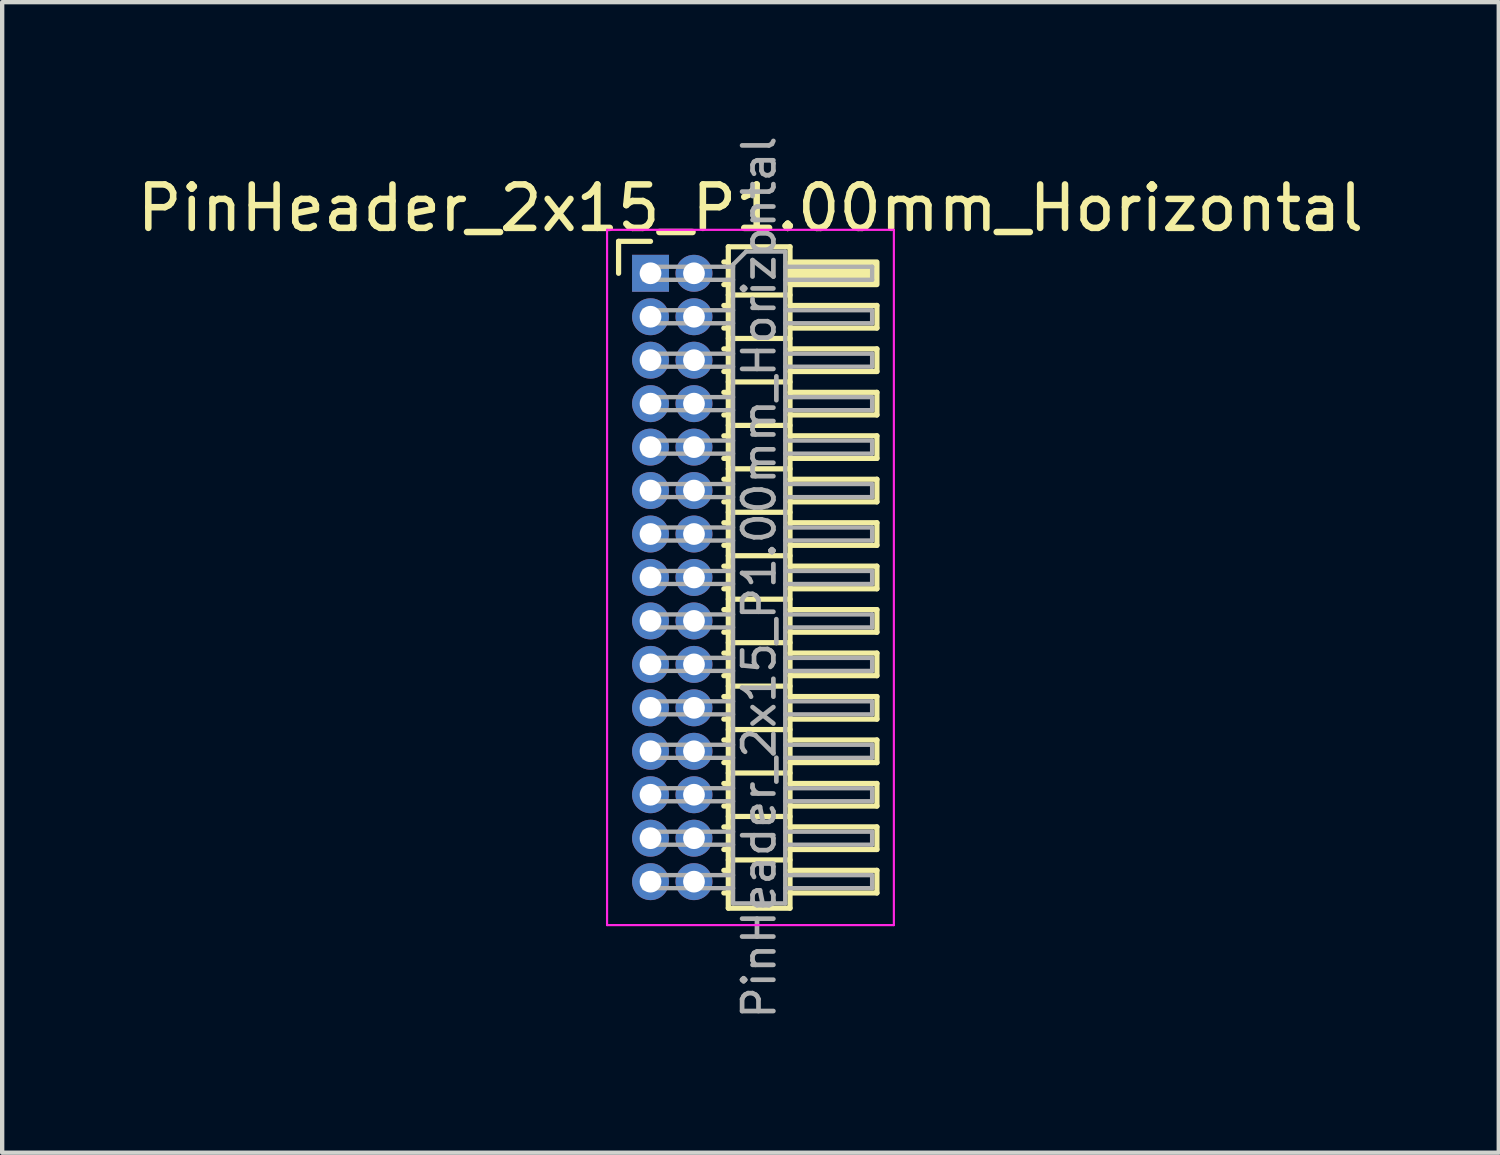
<source format=kicad_pcb>
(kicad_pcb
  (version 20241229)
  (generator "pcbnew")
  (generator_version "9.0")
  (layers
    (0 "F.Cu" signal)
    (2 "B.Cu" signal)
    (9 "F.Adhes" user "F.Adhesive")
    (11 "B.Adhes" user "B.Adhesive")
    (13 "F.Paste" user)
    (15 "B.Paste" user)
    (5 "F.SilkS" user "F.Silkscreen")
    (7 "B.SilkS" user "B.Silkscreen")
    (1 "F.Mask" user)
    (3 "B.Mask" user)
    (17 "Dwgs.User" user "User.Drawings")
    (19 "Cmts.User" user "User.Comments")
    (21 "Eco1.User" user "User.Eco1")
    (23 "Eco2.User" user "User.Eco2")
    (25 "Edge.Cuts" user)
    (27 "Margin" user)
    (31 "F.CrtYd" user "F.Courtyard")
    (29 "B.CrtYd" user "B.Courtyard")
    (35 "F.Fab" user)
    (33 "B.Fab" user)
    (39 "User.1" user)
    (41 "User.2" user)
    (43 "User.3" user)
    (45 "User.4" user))
  (footprint "PinHeader_2x15_P1.00mm_Horizontal"
    (layer "F.Cu")
    (at 11.92 3.239)
    (property "Reference" "PinHeader_2x15_P1.00mm_Horizontal" (at 2.3 -1.5 0) (layer "F.SilkS") (effects (font (size 1 1) (thickness 0.15))))
    (attr through_hole)
    (fp_line (start -0.735 -0.735) (end 0 -0.735) (stroke (width 0.12) (type solid)) (layer "F.SilkS"))
    (fp_line (start -0.735 0) (end -0.735 -0.735) (stroke (width 0.12) (type solid)) (layer "F.SilkS"))
    (fp_line (start 1.687 -0.26) (end 1.79 -0.26) (stroke (width 0.12) (type solid)) (layer "F.SilkS"))
    (fp_line (start 1.687 0.26) (end 1.79 0.26) (stroke (width 0.12) (type solid)) (layer "F.SilkS"))
    (fp_line (start 1.687 0.74) (end 1.79 0.74) (stroke (width 0.12) (type solid)) (layer "F.SilkS"))
    (fp_line (start 1.687 1.26) (end 1.79 1.26) (stroke (width 0.12) (type solid)) (layer "F.SilkS"))
    (fp_line (start 1.687 1.74) (end 1.79 1.74) (stroke (width 0.12) (type solid)) (layer "F.SilkS"))
    (fp_line (start 1.687 2.26) (end 1.79 2.26) (stroke (width 0.12) (type solid)) (layer "F.SilkS"))
    (fp_line (start 1.687 2.74) (end 1.79 2.74) (stroke (width 0.12) (type solid)) (layer "F.SilkS"))
    (fp_line (start 1.687 3.26) (end 1.79 3.26) (stroke (width 0.12) (type solid)) (layer "F.SilkS"))
    (fp_line (start 1.687 3.74) (end 1.79 3.74) (stroke (width 0.12) (type solid)) (layer "F.SilkS"))
    (fp_line (start 1.687 4.26) (end 1.79 4.26) (stroke (width 0.12) (type solid)) (layer "F.SilkS"))
    (fp_line (start 1.687 4.74) (end 1.79 4.74) (stroke (width 0.12) (type solid)) (layer "F.SilkS"))
    (fp_line (start 1.687 5.26) (end 1.79 5.26) (stroke (width 0.12) (type solid)) (layer "F.SilkS"))
    (fp_line (start 1.687 5.74) (end 1.79 5.74) (stroke (width 0.12) (type solid)) (layer "F.SilkS"))
    (fp_line (start 1.687 6.26) (end 1.79 6.26) (stroke (width 0.12) (type solid)) (layer "F.SilkS"))
    (fp_line (start 1.687 6.74) (end 1.79 6.74) (stroke (width 0.12) (type solid)) (layer "F.SilkS"))
    (fp_line (start 1.687 7.26) (end 1.79 7.26) (stroke (width 0.12) (type solid)) (layer "F.SilkS"))
    (fp_line (start 1.687 7.74) (end 1.79 7.74) (stroke (width 0.12) (type solid)) (layer "F.SilkS"))
    (fp_line (start 1.687 8.26) (end 1.79 8.26) (stroke (width 0.12) (type solid)) (layer "F.SilkS"))
    (fp_line (start 1.687 8.74) (end 1.79 8.74) (stroke (width 0.12) (type solid)) (layer "F.SilkS"))
    (fp_line (start 1.687 9.26) (end 1.79 9.26) (stroke (width 0.12) (type solid)) (layer "F.SilkS"))
    (fp_line (start 1.687 9.74) (end 1.79 9.74) (stroke (width 0.12) (type solid)) (layer "F.SilkS"))
    (fp_line (start 1.687 10.26) (end 1.79 10.26) (stroke (width 0.12) (type solid)) (layer "F.SilkS"))
    (fp_line (start 1.687 10.74) (end 1.79 10.74) (stroke (width 0.12) (type solid)) (layer "F.SilkS"))
    (fp_line (start 1.687 11.26) (end 1.79 11.26) (stroke (width 0.12) (type solid)) (layer "F.SilkS"))
    (fp_line (start 1.687 11.74) (end 1.79 11.74) (stroke (width 0.12) (type solid)) (layer "F.SilkS"))
    (fp_line (start 1.687 12.26) (end 1.79 12.26) (stroke (width 0.12) (type solid)) (layer "F.SilkS"))
    (fp_line (start 1.687 12.74) (end 1.79 12.74) (stroke (width 0.12) (type solid)) (layer "F.SilkS"))
    (fp_line (start 1.687 13.26) (end 1.79 13.26) (stroke (width 0.12) (type solid)) (layer "F.SilkS"))
    (fp_line (start 1.687 13.74) (end 1.79 13.74) (stroke (width 0.12) (type solid)) (layer "F.SilkS"))
    (fp_line (start 1.687 14.26) (end 1.79 14.26) (stroke (width 0.12) (type solid)) (layer "F.SilkS"))
    (fp_line (start 1.79 -0.61) (end 1.79 14.61) (stroke (width 0.12) (type solid)) (layer "F.SilkS"))
    (fp_line (start 1.79 0.5) (end 3.21 0.5) (stroke (width 0.12) (type solid)) (layer "F.SilkS"))
    (fp_line (start 1.79 1.5) (end 3.21 1.5) (stroke (width 0.12) (type solid)) (layer "F.SilkS"))
    (fp_line (start 1.79 2.5) (end 3.21 2.5) (stroke (width 0.12) (type solid)) (layer "F.SilkS"))
    (fp_line (start 1.79 3.5) (end 3.21 3.5) (stroke (width 0.12) (type solid)) (layer "F.SilkS"))
    (fp_line (start 1.79 4.5) (end 3.21 4.5) (stroke (width 0.12) (type solid)) (layer "F.SilkS"))
    (fp_line (start 1.79 5.5) (end 3.21 5.5) (stroke (width 0.12) (type solid)) (layer "F.SilkS"))
    (fp_line (start 1.79 6.5) (end 3.21 6.5) (stroke (width 0.12) (type solid)) (layer "F.SilkS"))
    (fp_line (start 1.79 7.5) (end 3.21 7.5) (stroke (width 0.12) (type solid)) (layer "F.SilkS"))
    (fp_line (start 1.79 8.5) (end 3.21 8.5) (stroke (width 0.12) (type solid)) (layer "F.SilkS"))
    (fp_line (start 1.79 9.5) (end 3.21 9.5) (stroke (width 0.12) (type solid)) (layer "F.SilkS"))
    (fp_line (start 1.79 10.5) (end 3.21 10.5) (stroke (width 0.12) (type solid)) (layer "F.SilkS"))
    (fp_line (start 1.79 11.5) (end 3.21 11.5) (stroke (width 0.12) (type solid)) (layer "F.SilkS"))
    (fp_line (start 1.79 12.5) (end 3.21 12.5) (stroke (width 0.12) (type solid)) (layer "F.SilkS"))
    (fp_line (start 1.79 13.5) (end 3.21 13.5) (stroke (width 0.12) (type solid)) (layer "F.SilkS"))
    (fp_line (start 1.79 14.61) (end 3.21 14.61) (stroke (width 0.12) (type solid)) (layer "F.SilkS"))
    (fp_line (start 3.21 -0.61) (end 1.79 -0.61) (stroke (width 0.12) (type solid)) (layer "F.SilkS"))
    (fp_line (start 3.21 0.74) (end 5.21 0.74) (stroke (width 0.12) (type solid)) (layer "F.SilkS"))
    (fp_line (start 3.21 1.74) (end 5.21 1.74) (stroke (width 0.12) (type solid)) (layer "F.SilkS"))
    (fp_line (start 3.21 2.74) (end 5.21 2.74) (stroke (width 0.12) (type solid)) (layer "F.SilkS"))
    (fp_line (start 3.21 3.74) (end 5.21 3.74) (stroke (width 0.12) (type solid)) (layer "F.SilkS"))
    (fp_line (start 3.21 4.74) (end 5.21 4.74) (stroke (width 0.12) (type solid)) (layer "F.SilkS"))
    (fp_line (start 3.21 5.74) (end 5.21 5.74) (stroke (width 0.12) (type solid)) (layer "F.SilkS"))
    (fp_line (start 3.21 6.74) (end 5.21 6.74) (stroke (width 0.12) (type solid)) (layer "F.SilkS"))
    (fp_line (start 3.21 7.74) (end 5.21 7.74) (stroke (width 0.12) (type solid)) (layer "F.SilkS"))
    (fp_line (start 3.21 8.74) (end 5.21 8.74) (stroke (width 0.12) (type solid)) (layer "F.SilkS"))
    (fp_line (start 3.21 9.74) (end 5.21 9.74) (stroke (width 0.12) (type solid)) (layer "F.SilkS"))
    (fp_line (start 3.21 10.74) (end 5.21 10.74) (stroke (width 0.12) (type solid)) (layer "F.SilkS"))
    (fp_line (start 3.21 11.74) (end 5.21 11.74) (stroke (width 0.12) (type solid)) (layer "F.SilkS"))
    (fp_line (start 3.21 12.74) (end 5.21 12.74) (stroke (width 0.12) (type solid)) (layer "F.SilkS"))
    (fp_line (start 3.21 13.74) (end 5.21 13.74) (stroke (width 0.12) (type solid)) (layer "F.SilkS"))
    (fp_line (start 3.21 14.61) (end 3.21 -0.61) (stroke (width 0.12) (type solid)) (layer "F.SilkS"))
    (fp_line (start 5.21 0.74) (end 5.21 1.26) (stroke (width 0.12) (type solid)) (layer "F.SilkS"))
    (fp_line (start 5.21 1.26) (end 3.21 1.26) (stroke (width 0.12) (type solid)) (layer "F.SilkS"))
    (fp_line (start 5.21 1.74) (end 5.21 2.26) (stroke (width 0.12) (type solid)) (layer "F.SilkS"))
    (fp_line (start 5.21 2.26) (end 3.21 2.26) (stroke (width 0.12) (type solid)) (layer "F.SilkS"))
    (fp_line (start 5.21 2.74) (end 5.21 3.26) (stroke (width 0.12) (type solid)) (layer "F.SilkS"))
    (fp_line (start 5.21 3.26) (end 3.21 3.26) (stroke (width 0.12) (type solid)) (layer "F.SilkS"))
    (fp_line (start 5.21 3.74) (end 5.21 4.26) (stroke (width 0.12) (type solid)) (layer "F.SilkS"))
    (fp_line (start 5.21 4.26) (end 3.21 4.26) (stroke (width 0.12) (type solid)) (layer "F.SilkS"))
    (fp_line (start 5.21 4.74) (end 5.21 5.26) (stroke (width 0.12) (type solid)) (layer "F.SilkS"))
    (fp_line (start 5.21 5.26) (end 3.21 5.26) (stroke (width 0.12) (type solid)) (layer "F.SilkS"))
    (fp_line (start 5.21 5.74) (end 5.21 6.26) (stroke (width 0.12) (type solid)) (layer "F.SilkS"))
    (fp_line (start 5.21 6.26) (end 3.21 6.26) (stroke (width 0.12) (type solid)) (layer "F.SilkS"))
    (fp_line (start 5.21 6.74) (end 5.21 7.26) (stroke (width 0.12) (type solid)) (layer "F.SilkS"))
    (fp_line (start 5.21 7.26) (end 3.21 7.26) (stroke (width 0.12) (type solid)) (layer "F.SilkS"))
    (fp_line (start 5.21 7.74) (end 5.21 8.26) (stroke (width 0.12) (type solid)) (layer "F.SilkS"))
    (fp_line (start 5.21 8.26) (end 3.21 8.26) (stroke (width 0.12) (type solid)) (layer "F.SilkS"))
    (fp_line (start 5.21 8.74) (end 5.21 9.26) (stroke (width 0.12) (type solid)) (layer "F.SilkS"))
    (fp_line (start 5.21 9.26) (end 3.21 9.26) (stroke (width 0.12) (type solid)) (layer "F.SilkS"))
    (fp_line (start 5.21 9.74) (end 5.21 10.26) (stroke (width 0.12) (type solid)) (layer "F.SilkS"))
    (fp_line (start 5.21 10.26) (end 3.21 10.26) (stroke (width 0.12) (type solid)) (layer "F.SilkS"))
    (fp_line (start 5.21 10.74) (end 5.21 11.26) (stroke (width 0.12) (type solid)) (layer "F.SilkS"))
    (fp_line (start 5.21 11.26) (end 3.21 11.26) (stroke (width 0.12) (type solid)) (layer "F.SilkS"))
    (fp_line (start 5.21 11.74) (end 5.21 12.26) (stroke (width 0.12) (type solid)) (layer "F.SilkS"))
    (fp_line (start 5.21 12.26) (end 3.21 12.26) (stroke (width 0.12) (type solid)) (layer "F.SilkS"))
    (fp_line (start 5.21 12.74) (end 5.21 13.26) (stroke (width 0.12) (type solid)) (layer "F.SilkS"))
    (fp_line (start 5.21 13.26) (end 3.21 13.26) (stroke (width 0.12) (type solid)) (layer "F.SilkS"))
    (fp_line (start 5.21 13.74) (end 5.21 14.26) (stroke (width 0.12) (type solid)) (layer "F.SilkS"))
    (fp_line (start 5.21 14.26) (end 3.21 14.26) (stroke (width 0.12) (type solid)) (layer "F.SilkS"))
    (fp_rect (start 3.21 -0.26) (end 5.21 0.26) (stroke (width 0.12) (type solid)) (fill yes) (layer "F.SilkS"))
    (fp_line (start -1 -1) (end -1 15) (stroke (width 0.05) (type solid)) (layer "F.CrtYd"))
    (fp_line (start -1 15) (end 5.6 15) (stroke (width 0.05) (type solid)) (layer "F.CrtYd"))
    (fp_line (start 5.6 -1) (end -1 -1) (stroke (width 0.05) (type solid)) (layer "F.CrtYd"))
    (fp_line (start 5.6 15) (end 5.6 -1) (stroke (width 0.05) (type solid)) (layer "F.CrtYd"))
    (fp_line (start -0.15 -0.15) (end -0.15 0.15) (stroke (width 0.1) (type solid)) (layer "F.Fab"))
    (fp_line (start -0.15 -0.15) (end 1.9 -0.15) (stroke (width 0.1) (type solid)) (layer "F.Fab"))
    (fp_line (start -0.15 0.15) (end 1.9 0.15) (stroke (width 0.1) (type solid)) (layer "F.Fab"))
    (fp_line (start -0.15 0.85) (end -0.15 1.15) (stroke (width 0.1) (type solid)) (layer "F.Fab"))
    (fp_line (start -0.15 0.85) (end 1.9 0.85) (stroke (width 0.1) (type solid)) (layer "F.Fab"))
    (fp_line (start -0.15 1.15) (end 1.9 1.15) (stroke (width 0.1) (type solid)) (layer "F.Fab"))
    (fp_line (start -0.15 1.85) (end -0.15 2.15) (stroke (width 0.1) (type solid)) (layer "F.Fab"))
    (fp_line (start -0.15 1.85) (end 1.9 1.85) (stroke (width 0.1) (type solid)) (layer "F.Fab"))
    (fp_line (start -0.15 2.15) (end 1.9 2.15) (stroke (width 0.1) (type solid)) (layer "F.Fab"))
    (fp_line (start -0.15 2.85) (end -0.15 3.15) (stroke (width 0.1) (type solid)) (layer "F.Fab"))
    (fp_line (start -0.15 2.85) (end 1.9 2.85) (stroke (width 0.1) (type solid)) (layer "F.Fab"))
    (fp_line (start -0.15 3.15) (end 1.9 3.15) (stroke (width 0.1) (type solid)) (layer "F.Fab"))
    (fp_line (start -0.15 3.85) (end -0.15 4.15) (stroke (width 0.1) (type solid)) (layer "F.Fab"))
    (fp_line (start -0.15 3.85) (end 1.9 3.85) (stroke (width 0.1) (type solid)) (layer "F.Fab"))
    (fp_line (start -0.15 4.15) (end 1.9 4.15) (stroke (width 0.1) (type solid)) (layer "F.Fab"))
    (fp_line (start -0.15 4.85) (end -0.15 5.15) (stroke (width 0.1) (type solid)) (layer "F.Fab"))
    (fp_line (start -0.15 4.85) (end 1.9 4.85) (stroke (width 0.1) (type solid)) (layer "F.Fab"))
    (fp_line (start -0.15 5.15) (end 1.9 5.15) (stroke (width 0.1) (type solid)) (layer "F.Fab"))
    (fp_line (start -0.15 5.85) (end -0.15 6.15) (stroke (width 0.1) (type solid)) (layer "F.Fab"))
    (fp_line (start -0.15 5.85) (end 1.9 5.85) (stroke (width 0.1) (type solid)) (layer "F.Fab"))
    (fp_line (start -0.15 6.15) (end 1.9 6.15) (stroke (width 0.1) (type solid)) (layer "F.Fab"))
    (fp_line (start -0.15 6.85) (end -0.15 7.15) (stroke (width 0.1) (type solid)) (layer "F.Fab"))
    (fp_line (start -0.15 6.85) (end 1.9 6.85) (stroke (width 0.1) (type solid)) (layer "F.Fab"))
    (fp_line (start -0.15 7.15) (end 1.9 7.15) (stroke (width 0.1) (type solid)) (layer "F.Fab"))
    (fp_line (start -0.15 7.85) (end -0.15 8.15) (stroke (width 0.1) (type solid)) (layer "F.Fab"))
    (fp_line (start -0.15 7.85) (end 1.9 7.85) (stroke (width 0.1) (type solid)) (layer "F.Fab"))
    (fp_line (start -0.15 8.15) (end 1.9 8.15) (stroke (width 0.1) (type solid)) (layer "F.Fab"))
    (fp_line (start -0.15 8.85) (end -0.15 9.15) (stroke (width 0.1) (type solid)) (layer "F.Fab"))
    (fp_line (start -0.15 8.85) (end 1.9 8.85) (stroke (width 0.1) (type solid)) (layer "F.Fab"))
    (fp_line (start -0.15 9.15) (end 1.9 9.15) (stroke (width 0.1) (type solid)) (layer "F.Fab"))
    (fp_line (start -0.15 9.85) (end -0.15 10.15) (stroke (width 0.1) (type solid)) (layer "F.Fab"))
    (fp_line (start -0.15 9.85) (end 1.9 9.85) (stroke (width 0.1) (type solid)) (layer "F.Fab"))
    (fp_line (start -0.15 10.15) (end 1.9 10.15) (stroke (width 0.1) (type solid)) (layer "F.Fab"))
    (fp_line (start -0.15 10.85) (end -0.15 11.15) (stroke (width 0.1) (type solid)) (layer "F.Fab"))
    (fp_line (start -0.15 10.85) (end 1.9 10.85) (stroke (width 0.1) (type solid)) (layer "F.Fab"))
    (fp_line (start -0.15 11.15) (end 1.9 11.15) (stroke (width 0.1) (type solid)) (layer "F.Fab"))
    (fp_line (start -0.15 11.85) (end -0.15 12.15) (stroke (width 0.1) (type solid)) (layer "F.Fab"))
    (fp_line (start -0.15 11.85) (end 1.9 11.85) (stroke (width 0.1) (type solid)) (layer "F.Fab"))
    (fp_line (start -0.15 12.15) (end 1.9 12.15) (stroke (width 0.1) (type solid)) (layer "F.Fab"))
    (fp_line (start -0.15 12.85) (end -0.15 13.15) (stroke (width 0.1) (type solid)) (layer "F.Fab"))
    (fp_line (start -0.15 12.85) (end 1.9 12.85) (stroke (width 0.1) (type solid)) (layer "F.Fab"))
    (fp_line (start -0.15 13.15) (end 1.9 13.15) (stroke (width 0.1) (type solid)) (layer "F.Fab"))
    (fp_line (start -0.15 13.85) (end -0.15 14.15) (stroke (width 0.1) (type solid)) (layer "F.Fab"))
    (fp_line (start -0.15 13.85) (end 1.9 13.85) (stroke (width 0.1) (type solid)) (layer "F.Fab"))
    (fp_line (start -0.15 14.15) (end 1.9 14.15) (stroke (width 0.1) (type solid)) (layer "F.Fab"))
    (fp_line (start 1.9 -0.2) (end 2.2 -0.5) (stroke (width 0.1) (type solid)) (layer "F.Fab"))
    (fp_line (start 1.9 14.5) (end 1.9 -0.2) (stroke (width 0.1) (type solid)) (layer "F.Fab"))
    (fp_line (start 2.2 -0.5) (end 3.1 -0.5) (stroke (width 0.1) (type solid)) (layer "F.Fab"))
    (fp_line (start 3.1 -0.5) (end 3.1 14.5) (stroke (width 0.1) (type solid)) (layer "F.Fab"))
    (fp_line (start 3.1 -0.15) (end 5.1 -0.15) (stroke (width 0.1) (type solid)) (layer "F.Fab"))
    (fp_line (start 3.1 0.15) (end 5.1 0.15) (stroke (width 0.1) (type solid)) (layer "F.Fab"))
    (fp_line (start 3.1 0.85) (end 5.1 0.85) (stroke (width 0.1) (type solid)) (layer "F.Fab"))
    (fp_line (start 3.1 1.15) (end 5.1 1.15) (stroke (width 0.1) (type solid)) (layer "F.Fab"))
    (fp_line (start 3.1 1.85) (end 5.1 1.85) (stroke (width 0.1) (type solid)) (layer "F.Fab"))
    (fp_line (start 3.1 2.15) (end 5.1 2.15) (stroke (width 0.1) (type solid)) (layer "F.Fab"))
    (fp_line (start 3.1 2.85) (end 5.1 2.85) (stroke (width 0.1) (type solid)) (layer "F.Fab"))
    (fp_line (start 3.1 3.15) (end 5.1 3.15) (stroke (width 0.1) (type solid)) (layer "F.Fab"))
    (fp_line (start 3.1 3.85) (end 5.1 3.85) (stroke (width 0.1) (type solid)) (layer "F.Fab"))
    (fp_line (start 3.1 4.15) (end 5.1 4.15) (stroke (width 0.1) (type solid)) (layer "F.Fab"))
    (fp_line (start 3.1 4.85) (end 5.1 4.85) (stroke (width 0.1) (type solid)) (layer "F.Fab"))
    (fp_line (start 3.1 5.15) (end 5.1 5.15) (stroke (width 0.1) (type solid)) (layer "F.Fab"))
    (fp_line (start 3.1 5.85) (end 5.1 5.85) (stroke (width 0.1) (type solid)) (layer "F.Fab"))
    (fp_line (start 3.1 6.15) (end 5.1 6.15) (stroke (width 0.1) (type solid)) (layer "F.Fab"))
    (fp_line (start 3.1 6.85) (end 5.1 6.85) (stroke (width 0.1) (type solid)) (layer "F.Fab"))
    (fp_line (start 3.1 7.15) (end 5.1 7.15) (stroke (width 0.1) (type solid)) (layer "F.Fab"))
    (fp_line (start 3.1 7.85) (end 5.1 7.85) (stroke (width 0.1) (type solid)) (layer "F.Fab"))
    (fp_line (start 3.1 8.15) (end 5.1 8.15) (stroke (width 0.1) (type solid)) (layer "F.Fab"))
    (fp_line (start 3.1 8.85) (end 5.1 8.85) (stroke (width 0.1) (type solid)) (layer "F.Fab"))
    (fp_line (start 3.1 9.15) (end 5.1 9.15) (stroke (width 0.1) (type solid)) (layer "F.Fab"))
    (fp_line (start 3.1 9.85) (end 5.1 9.85) (stroke (width 0.1) (type solid)) (layer "F.Fab"))
    (fp_line (start 3.1 10.15) (end 5.1 10.15) (stroke (width 0.1) (type solid)) (layer "F.Fab"))
    (fp_line (start 3.1 10.85) (end 5.1 10.85) (stroke (width 0.1) (type solid)) (layer "F.Fab"))
    (fp_line (start 3.1 11.15) (end 5.1 11.15) (stroke (width 0.1) (type solid)) (layer "F.Fab"))
    (fp_line (start 3.1 11.85) (end 5.1 11.85) (stroke (width 0.1) (type solid)) (layer "F.Fab"))
    (fp_line (start 3.1 12.15) (end 5.1 12.15) (stroke (width 0.1) (type solid)) (layer "F.Fab"))
    (fp_line (start 3.1 12.85) (end 5.1 12.85) (stroke (width 0.1) (type solid)) (layer "F.Fab"))
    (fp_line (start 3.1 13.15) (end 5.1 13.15) (stroke (width 0.1) (type solid)) (layer "F.Fab"))
    (fp_line (start 3.1 13.85) (end 5.1 13.85) (stroke (width 0.1) (type solid)) (layer "F.Fab"))
    (fp_line (start 3.1 14.15) (end 5.1 14.15) (stroke (width 0.1) (type solid)) (layer "F.Fab"))
    (fp_line (start 3.1 14.5) (end 1.9 14.5) (stroke (width 0.1) (type solid)) (layer "F.Fab"))
    (fp_line (start 5.1 -0.15) (end 5.1 0.15) (stroke (width 0.1) (type solid)) (layer "F.Fab"))
    (fp_line (start 5.1 0.85) (end 5.1 1.15) (stroke (width 0.1) (type solid)) (layer "F.Fab"))
    (fp_line (start 5.1 1.85) (end 5.1 2.15) (stroke (width 0.1) (type solid)) (layer "F.Fab"))
    (fp_line (start 5.1 2.85) (end 5.1 3.15) (stroke (width 0.1) (type solid)) (layer "F.Fab"))
    (fp_line (start 5.1 3.85) (end 5.1 4.15) (stroke (width 0.1) (type solid)) (layer "F.Fab"))
    (fp_line (start 5.1 4.85) (end 5.1 5.15) (stroke (width 0.1) (type solid)) (layer "F.Fab"))
    (fp_line (start 5.1 5.85) (end 5.1 6.15) (stroke (width 0.1) (type solid)) (layer "F.Fab"))
    (fp_line (start 5.1 6.85) (end 5.1 7.15) (stroke (width 0.1) (type solid)) (layer "F.Fab"))
    (fp_line (start 5.1 7.85) (end 5.1 8.15) (stroke (width 0.1) (type solid)) (layer "F.Fab"))
    (fp_line (start 5.1 8.85) (end 5.1 9.15) (stroke (width 0.1) (type solid)) (layer "F.Fab"))
    (fp_line (start 5.1 9.85) (end 5.1 10.15) (stroke (width 0.1) (type solid)) (layer "F.Fab"))
    (fp_line (start 5.1 10.85) (end 5.1 11.15) (stroke (width 0.1) (type solid)) (layer "F.Fab"))
    (fp_line (start 5.1 11.85) (end 5.1 12.15) (stroke (width 0.1) (type solid)) (layer "F.Fab"))
    (fp_line (start 5.1 12.85) (end 5.1 13.15) (stroke (width 0.1) (type solid)) (layer "F.Fab"))
    (fp_line (start 5.1 13.85) (end 5.1 14.15) (stroke (width 0.1) (type solid)) (layer "F.Fab"))
    (fp_text user "${REFERENCE}" (at 2.5 7 90) (layer "F.Fab") (effects (font (size 0.72 0.72) (thickness 0.108))))
    (pad "1" thru_hole rect (at 0 0) (size 0.85 0.85) (drill 0.5) (layers "*.Cu" "*.Mask"))
    (pad "2" thru_hole circle (at 1 0) (size 0.85 0.85) (drill 0.5) (layers "*.Cu" "*.Mask"))
    (pad "3" thru_hole circle (at 0 1) (size 0.85 0.85) (drill 0.5) (layers "*.Cu" "*.Mask"))
    (pad "4" thru_hole circle (at 1 1) (size 0.85 0.85) (drill 0.5) (layers "*.Cu" "*.Mask"))
    (pad "5" thru_hole circle (at 0 2) (size 0.85 0.85) (drill 0.5) (layers "*.Cu" "*.Mask"))
    (pad "6" thru_hole circle (at 1 2) (size 0.85 0.85) (drill 0.5) (layers "*.Cu" "*.Mask"))
    (pad "7" thru_hole circle (at 0 3) (size 0.85 0.85) (drill 0.5) (layers "*.Cu" "*.Mask"))
    (pad "8" thru_hole circle (at 1 3) (size 0.85 0.85) (drill 0.5) (layers "*.Cu" "*.Mask"))
    (pad "9" thru_hole circle (at 0 4) (size 0.85 0.85) (drill 0.5) (layers "*.Cu" "*.Mask"))
    (pad "10" thru_hole circle (at 1 4) (size 0.85 0.85) (drill 0.5) (layers "*.Cu" "*.Mask"))
    (pad "11" thru_hole circle (at 0 5) (size 0.85 0.85) (drill 0.5) (layers "*.Cu" "*.Mask"))
    (pad "12" thru_hole circle (at 1 5) (size 0.85 0.85) (drill 0.5) (layers "*.Cu" "*.Mask"))
    (pad "13" thru_hole circle (at 0 6) (size 0.85 0.85) (drill 0.5) (layers "*.Cu" "*.Mask"))
    (pad "14" thru_hole circle (at 1 6) (size 0.85 0.85) (drill 0.5) (layers "*.Cu" "*.Mask"))
    (pad "15" thru_hole circle (at 0 7) (size 0.85 0.85) (drill 0.5) (layers "*.Cu" "*.Mask"))
    (pad "16" thru_hole circle (at 1 7) (size 0.85 0.85) (drill 0.5) (layers "*.Cu" "*.Mask"))
    (pad "17" thru_hole circle (at 0 8) (size 0.85 0.85) (drill 0.5) (layers "*.Cu" "*.Mask"))
    (pad "18" thru_hole circle (at 1 8) (size 0.85 0.85) (drill 0.5) (layers "*.Cu" "*.Mask"))
    (pad "19" thru_hole circle (at 0 9) (size 0.85 0.85) (drill 0.5) (layers "*.Cu" "*.Mask"))
    (pad "20" thru_hole circle (at 1 9) (size 0.85 0.85) (drill 0.5) (layers "*.Cu" "*.Mask"))
    (pad "21" thru_hole circle (at 0 10) (size 0.85 0.85) (drill 0.5) (layers "*.Cu" "*.Mask"))
    (pad "22" thru_hole circle (at 1 10) (size 0.85 0.85) (drill 0.5) (layers "*.Cu" "*.Mask"))
    (pad "23" thru_hole circle (at 0 11) (size 0.85 0.85) (drill 0.5) (layers "*.Cu" "*.Mask"))
    (pad "24" thru_hole circle (at 1 11) (size 0.85 0.85) (drill 0.5) (layers "*.Cu" "*.Mask"))
    (pad "25" thru_hole circle (at 0 12) (size 0.85 0.85) (drill 0.5) (layers "*.Cu" "*.Mask"))
    (pad "26" thru_hole circle (at 1 12) (size 0.85 0.85) (drill 0.5) (layers "*.Cu" "*.Mask"))
    (pad "27" thru_hole circle (at 0 13) (size 0.85 0.85) (drill 0.5) (layers "*.Cu" "*.Mask"))
    (pad "28" thru_hole circle (at 1 13) (size 0.85 0.85) (drill 0.5) (layers "*.Cu" "*.Mask"))
    (pad "29" thru_hole circle (at 0 14) (size 0.85 0.85) (drill 0.5) (layers "*.Cu" "*.Mask"))
    (pad "30" thru_hole circle (at 1 14) (size 0.85 0.85) (drill 0.5) (layers "*.Cu" "*.Mask")))
  (gr_rect
    (start -3 -3)
    (end 31.44 23.477)
    (stroke (width 0.1) (type default))
    (fill no)
    (layer "Edge.Cuts")))
</source>
